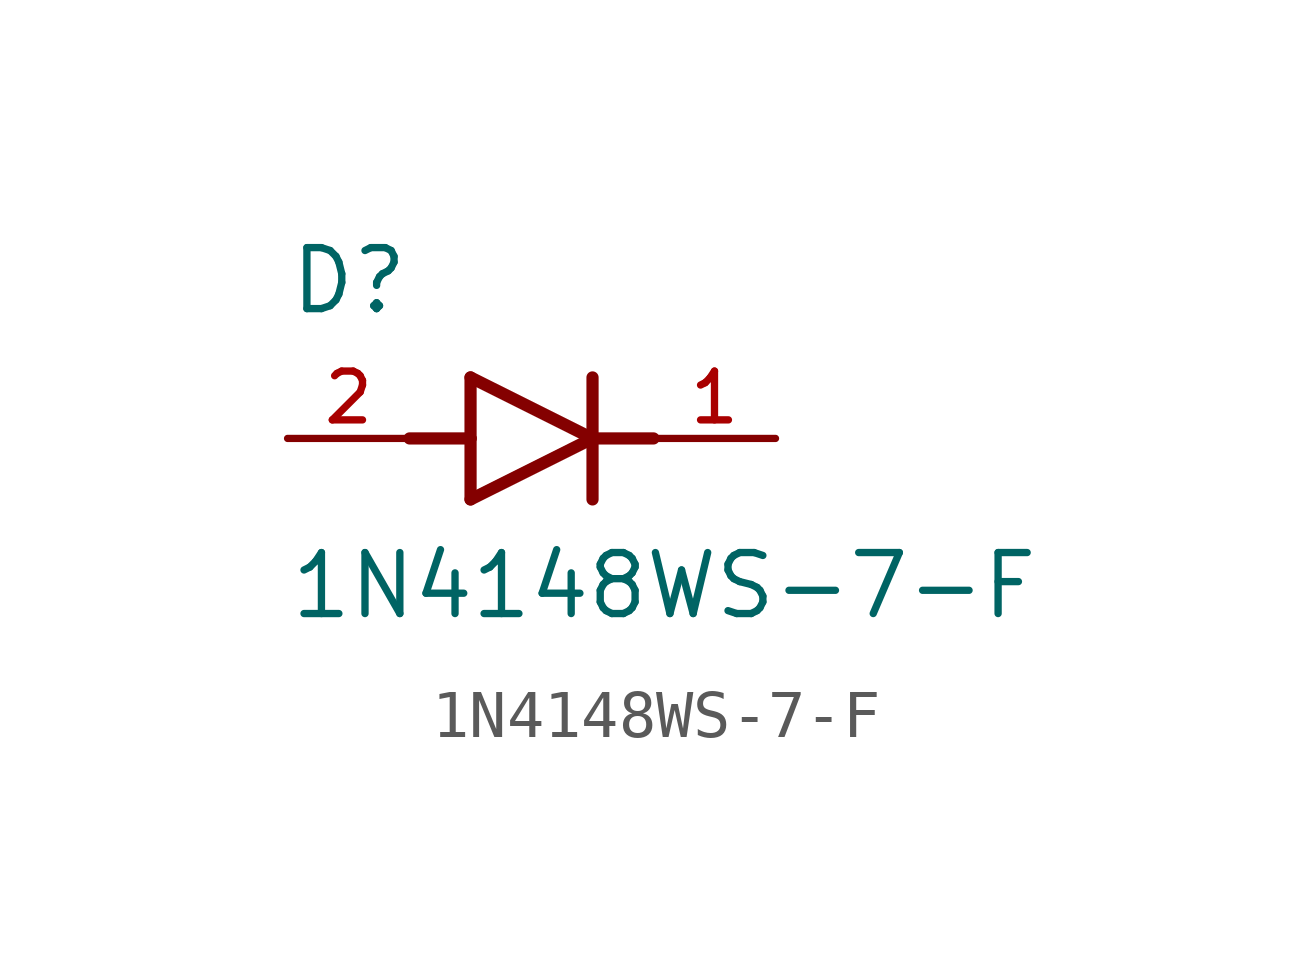
<source format=kicad_sym>
(kicad_symbol_lib
  (version 20211014)
  (generator kicad_symbol_editor)
  (symbol "1N4148WS-7-F"
    (pin_names
      (offset 1.016))
    (property "Reference" "D"
      (at -5.08 2.54 0)
      (effects (font (size 1.27 1.27)) (justify bottom left)))
    (property "Value" "1N4148WS-7-F"
      (at -5.08 -3.81 0)
      (effects (font (size 1.27 1.27)) (justify bottom left)))
    (symbol "1N4148WS-7-F_0_0"
      (polyline (pts (xy -1.27 -1.27) (xy 1.27 0.0)) (stroke (width 0.254)))
      (polyline (pts (xy 1.27 0.0) (xy -1.27 1.27)) (stroke (width 0.254)))
      (polyline (pts (xy 1.27 1.27) (xy 1.27 0.0)) (stroke (width 0.254)))
      (polyline (pts (xy -1.27 1.27) (xy -1.27 0.0)) (stroke (width 0.254)))
      (polyline (pts (xy -1.27 0.0) (xy -1.27 -1.27)) (stroke (width 0.254)))
      (polyline (pts (xy 1.27 0.0) (xy 1.27 -1.27)) (stroke (width 0.254)))
      (polyline (pts (xy -2.54 0.0) (xy -1.27 0.0)) (stroke (width 0.254)))
      (polyline (pts (xy 1.27 0.0) (xy 2.54 0.0)) (stroke (width 0.254)))
      (pin passive line (at 5.08 0.0 180.0) (length 2.54) (name "~" (effects (font (size 1.016 1.016)))) (number "1" (effects (font (size 1.016 1.016)))))
      (pin passive line (at -5.08 0.0 0) (length 2.54) (name "~" (effects (font (size 1.016 1.016)))) (number "2" (effects (font (size 1.016 1.016))))))))
</source>
